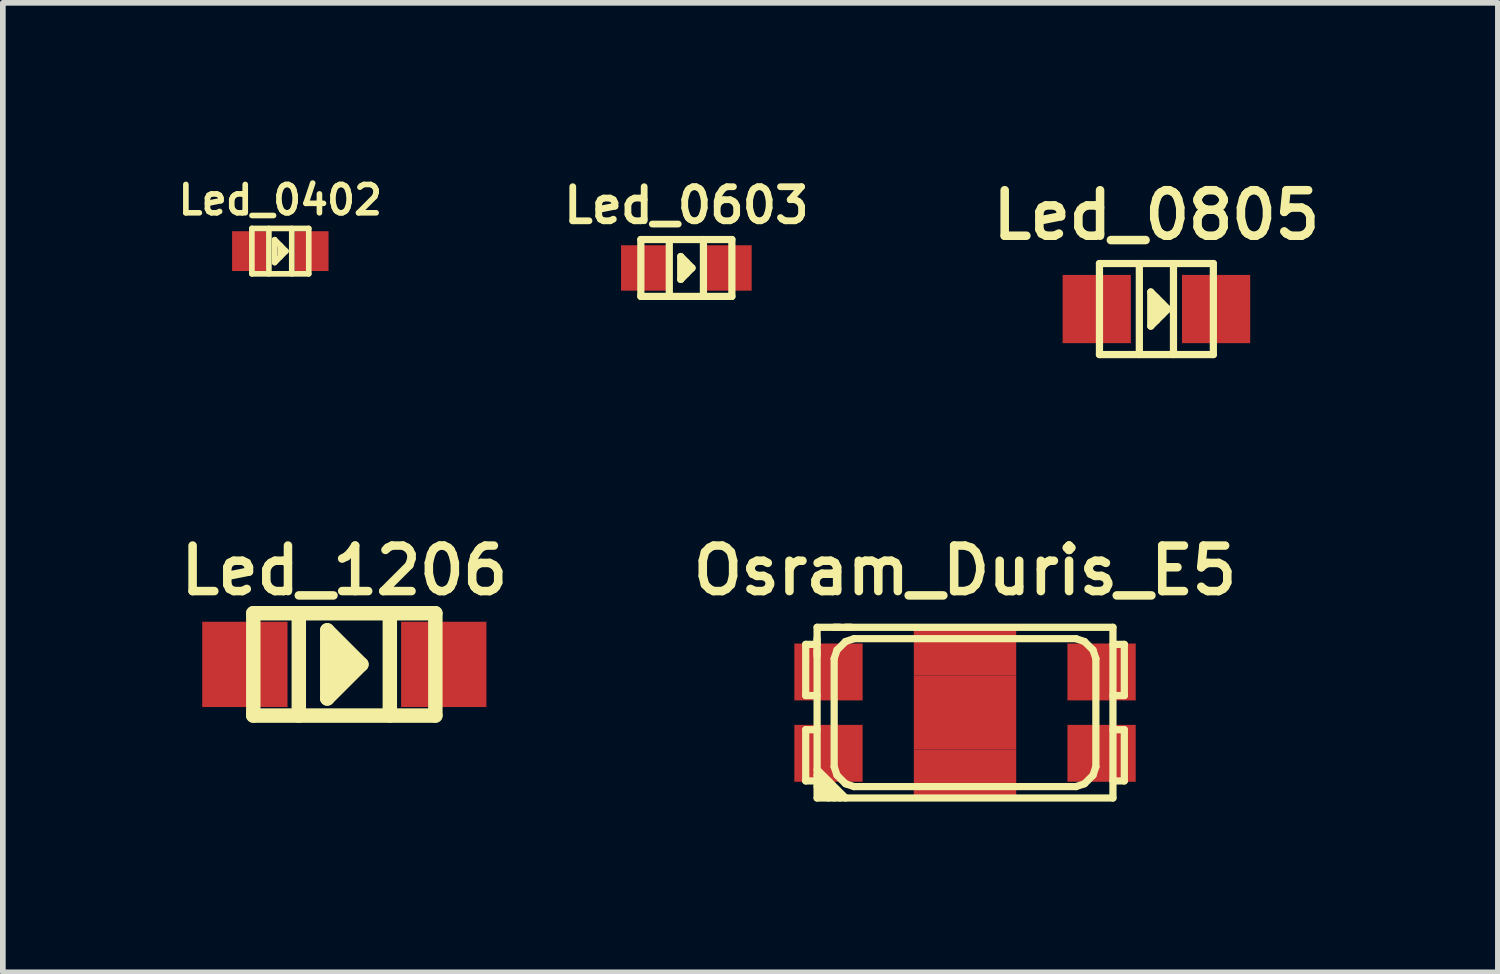
<source format=kicad_pcb>
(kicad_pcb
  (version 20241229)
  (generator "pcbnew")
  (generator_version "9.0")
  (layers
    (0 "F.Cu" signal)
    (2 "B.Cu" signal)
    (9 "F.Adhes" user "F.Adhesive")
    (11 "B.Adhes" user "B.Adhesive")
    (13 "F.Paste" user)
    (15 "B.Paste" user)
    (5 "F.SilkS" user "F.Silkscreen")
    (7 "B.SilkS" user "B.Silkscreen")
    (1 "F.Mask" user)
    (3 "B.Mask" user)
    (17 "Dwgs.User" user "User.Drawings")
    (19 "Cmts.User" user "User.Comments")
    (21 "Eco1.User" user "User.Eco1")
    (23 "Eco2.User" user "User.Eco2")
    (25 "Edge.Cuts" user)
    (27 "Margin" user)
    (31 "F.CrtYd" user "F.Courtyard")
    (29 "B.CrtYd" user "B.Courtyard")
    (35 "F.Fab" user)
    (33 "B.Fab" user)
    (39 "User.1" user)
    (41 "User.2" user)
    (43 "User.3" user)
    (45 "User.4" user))
  (footprint "Led_0603"
    (layer "F.Cu")
    (at 9.014 1.66)
    (property "Reference" "Led_0603" (at 0 -1.1 0) (layer "F.SilkS") (effects (font (size 0.599 0.599) (thickness 0.119))))
    (attr through_hole)
    (fp_line (start -0.8 -0.5) (end 0.8 -0.5) (stroke (width 0.127) (type solid)) (layer "F.SilkS"))
    (fp_line (start -0.8 0.5) (end -0.8 -0.5) (stroke (width 0.127) (type solid)) (layer "F.SilkS"))
    (fp_line (start -0.3 -0.5) (end -0.3 0.5) (stroke (width 0.127) (type solid)) (layer "F.SilkS"))
    (fp_line (start -0.099 -0.201) (end -0.099 0.201) (stroke (width 0.127) (type solid)) (layer "F.SilkS"))
    (fp_line (start -0.099 0.201) (end 0.099 0) (stroke (width 0.127) (type solid)) (layer "F.SilkS"))
    (fp_line (start 0 0.099) (end 0 -0.099) (stroke (width 0.127) (type solid)) (layer "F.SilkS"))
    (fp_line (start 0.099 0) (end -0.099 -0.201) (stroke (width 0.127) (type solid)) (layer "F.SilkS"))
    (fp_line (start 0.3 0.5) (end 0.3 -0.5) (stroke (width 0.127) (type solid)) (layer "F.SilkS"))
    (fp_line (start 0.8 -0.5) (end 0.8 0.5) (stroke (width 0.127) (type solid)) (layer "F.SilkS"))
    (fp_line (start 0.8 0.5) (end -0.8 0.5) (stroke (width 0.127) (type solid)) (layer "F.SilkS"))
    (pad "1" smd rect (at 0.749 0) (size 0.798 0.798) (layers "F.Cu" "F.Mask" "F.Paste"))
    (pad "2" smd rect (at -0.749 0) (size 0.798 0.798) (layers "F.Cu" "F.Mask" "F.Paste")))
  (footprint "Led_0402"
    (layer "F.Cu")
    (at 1.877 1.364)
    (property "Reference" "Led_0402" (at 0 -0.899 0) (layer "F.SilkS") (effects (font (size 0.498 0.498) (thickness 0.099))))
    (attr through_hole)
    (fp_line (start -0.5 -0.399) (end 0.5 -0.399) (stroke (width 0.099) (type solid)) (layer "F.SilkS"))
    (fp_line (start -0.5 0.399) (end -0.5 -0.399) (stroke (width 0.099) (type solid)) (layer "F.SilkS"))
    (fp_line (start -0.201 0.399) (end -0.201 -0.399) (stroke (width 0.099) (type solid)) (layer "F.SilkS"))
    (fp_line (start -0.099 -0.201) (end -0.099 0.201) (stroke (width 0.099) (type solid)) (layer "F.SilkS"))
    (fp_line (start -0.099 0.201) (end 0.099 0) (stroke (width 0.099) (type solid)) (layer "F.SilkS"))
    (fp_line (start 0 0.099) (end 0 -0.099) (stroke (width 0.099) (type solid)) (layer "F.SilkS"))
    (fp_line (start 0.099 0) (end -0.099 -0.201) (stroke (width 0.099) (type solid)) (layer "F.SilkS"))
    (fp_line (start 0.201 -0.399) (end 0.201 0.399) (stroke (width 0.099) (type solid)) (layer "F.SilkS"))
    (fp_line (start 0.5 -0.399) (end 0.5 0.399) (stroke (width 0.099) (type solid)) (layer "F.SilkS"))
    (fp_line (start 0.5 0.399) (end -0.5 0.399) (stroke (width 0.099) (type solid)) (layer "F.SilkS"))
    (pad "1" smd rect (at -0.549 0) (size 0.597 0.699) (layers "F.Cu" "F.Mask" "F.Paste"))
    (pad "2" smd rect (at 0.549 0) (size 0.597 0.699) (layers "F.Cu" "F.Mask" "F.Paste")))
  (footprint "Osram_Duris_E5"
    (layer "F.Cu")
    (at 13.912 9.476)
    (property "Reference" "Osram_Duris_E5" (at 0 -2.499 0) (layer "F.SilkS") (effects (font (size 0.8 0.8) (thickness 0.15))))
    (attr through_hole)
    (fp_line (start -2.8 -1.2) (end -2.8 -0.3) (stroke (width 0.127) (type solid)) (layer "F.SilkS"))
    (fp_line (start -2.8 -0.3) (end -2.6 -0.3) (stroke (width 0.127) (type solid)) (layer "F.SilkS"))
    (fp_line (start -2.8 0.3) (end -2.8 1.2) (stroke (width 0.127) (type solid)) (layer "F.SilkS"))
    (fp_line (start -2.8 1.2) (end -2.6 1.2) (stroke (width 0.127) (type solid)) (layer "F.SilkS"))
    (fp_line (start -2.601 -1.199) (end -2.601 -1.3) (stroke (width 0.127) (type solid)) (layer "F.SilkS"))
    (fp_line (start -2.601 -1.001) (end -2.601 -1.1) (stroke (width 0.127) (type solid)) (layer "F.SilkS"))
    (fp_line (start -2.6 -1.5) (end -2.6 1.5) (stroke (width 0.127) (type solid)) (layer "F.SilkS"))
    (fp_line (start -2.6 -1.2) (end -2.8 -1.2) (stroke (width 0.127) (type solid)) (layer "F.SilkS"))
    (fp_line (start -2.6 0.3) (end -2.8 0.3) (stroke (width 0.127) (type solid)) (layer "F.SilkS"))
    (fp_line (start -2.6 1.1) (end -2.2 1.5) (stroke (width 0.127) (type solid)) (layer "F.SilkS"))
    (fp_line (start -2.6 1.3) (end -2.4 1.5) (stroke (width 0.127) (type solid)) (layer "F.SilkS"))
    (fp_line (start -2.6 1.5) (end 2.6 1.5) (stroke (width 0.127) (type solid)) (layer "F.SilkS"))
    (fp_line (start -2.3 -0.95) (end -2.3 0.95) (stroke (width 0.127) (type solid)) (layer "F.SilkS"))
    (fp_line (start -2.3 0.95) (end -2.25 1.1) (stroke (width 0.127) (type solid)) (layer "F.SilkS"))
    (fp_line (start -2.3 1.5) (end -2.6 1.2) (stroke (width 0.127) (type solid)) (layer "F.SilkS"))
    (fp_line (start -2.25 -1.1) (end -2.3 -0.95) (stroke (width 0.127) (type solid)) (layer "F.SilkS"))
    (fp_line (start -2.25 1.1) (end -2.1 1.25) (stroke (width 0.127) (type solid)) (layer "F.SilkS"))
    (fp_line (start -2.2 -1.501) (end -2.301 -1.501) (stroke (width 0.127) (type solid)) (layer "F.SilkS"))
    (fp_line (start -2.1 -1.25) (end -2.25 -1.1) (stroke (width 0.127) (type solid)) (layer "F.SilkS"))
    (fp_line (start -2.1 1.5) (end -2.6 1) (stroke (width 0.127) (type solid)) (layer "F.SilkS"))
    (fp_line (start -1.999 -1.501) (end -2.101 -1.501) (stroke (width 0.127) (type solid)) (layer "F.SilkS"))
    (fp_line (start -1.95 -1.3) (end -2.1 -1.25) (stroke (width 0.127) (type solid)) (layer "F.SilkS"))
    (fp_line (start -1.95 1.3) (end -2.1 1.25) (stroke (width 0.127) (type solid)) (layer "F.SilkS"))
    (fp_line (start -1.95 1.3) (end 1.95 1.3) (stroke (width 0.127) (type solid)) (layer "F.SilkS"))
    (fp_line (start 1.95 -1.3) (end -1.95 -1.3) (stroke (width 0.127) (type solid)) (layer "F.SilkS"))
    (fp_line (start 1.95 1.3) (end 2.1 1.25) (stroke (width 0.127) (type solid)) (layer "F.SilkS"))
    (fp_line (start 2.1 -1.25) (end 1.95 -1.3) (stroke (width 0.127) (type solid)) (layer "F.SilkS"))
    (fp_line (start 2.25 -1.1) (end 2.1 -1.25) (stroke (width 0.127) (type solid)) (layer "F.SilkS"))
    (fp_line (start 2.25 1.1) (end 2.1 1.25) (stroke (width 0.127) (type solid)) (layer "F.SilkS"))
    (fp_line (start 2.3 -0.95) (end 2.25 -1.1) (stroke (width 0.127) (type solid)) (layer "F.SilkS"))
    (fp_line (start 2.3 0.95) (end 2.25 1.1) (stroke (width 0.127) (type solid)) (layer "F.SilkS"))
    (fp_line (start 2.3 0.95) (end 2.3 -0.95) (stroke (width 0.127) (type solid)) (layer "F.SilkS"))
    (fp_line (start 2.6 -1.5) (end -2.6 -1.5) (stroke (width 0.127) (type solid)) (layer "F.SilkS"))
    (fp_line (start 2.6 -0.3) (end 2.8 -0.3) (stroke (width 0.127) (type solid)) (layer "F.SilkS"))
    (fp_line (start 2.6 1.2) (end 2.8 1.2) (stroke (width 0.127) (type solid)) (layer "F.SilkS"))
    (fp_line (start 2.6 1.5) (end 2.6 -1.5) (stroke (width 0.127) (type solid)) (layer "F.SilkS"))
    (fp_line (start 2.8 -1.2) (end 2.6 -1.2) (stroke (width 0.127) (type solid)) (layer "F.SilkS"))
    (fp_line (start 2.8 -0.3) (end 2.8 -1.2) (stroke (width 0.127) (type solid)) (layer "F.SilkS"))
    (fp_line (start 2.8 0.3) (end 2.6 0.3) (stroke (width 0.127) (type solid)) (layer "F.SilkS"))
    (fp_line (start 2.8 1.2) (end 2.8 0.3) (stroke (width 0.127) (type solid)) (layer "F.SilkS"))
    (pad "1" smd rect (at -2.4 -0.715) (size 1.2 1) (layers "F.Cu" "F.Mask" "F.Paste"))
    (pad "2" smd rect (at 2.4 -0.715) (size 1.2 1) (layers "F.Cu" "F.Mask" "F.Paste"))
    (pad "3" smd rect (at -2.4 0.715) (size 1.2 1) (layers "F.Cu" "F.Mask" "F.Paste"))
    (pad "4" smd rect (at 2.4 0.715) (size 1.2 1) (layers "F.Cu" "F.Mask" "F.Paste"))
    (pad "5" smd rect (at 0 -1.075) (size 1.8 0.85) (layers "F.Cu"))
    (pad "5" smd rect (at 0 0) (size 1.8 1.3) (layers "F.Cu" "F.Mask" "F.Paste"))
    (pad "5" smd rect (at 0 1.075) (size 1.8 0.85) (layers "F.Cu")))
  (footprint "Led_1206"
    (layer "F.Cu")
    (at 3.002 8.628)
    (property "Reference" "Led_1206" (at 0 -1.651 0) (layer "F.SilkS") (effects (font (size 0.8 0.8) (thickness 0.15))))
    (attr through_hole)
    (fp_line (start -1.6 -0.899) (end 1.6 -0.899) (stroke (width 0.254) (type solid)) (layer "F.SilkS"))
    (fp_line (start -1.6 0.899) (end -1.6 -0.899) (stroke (width 0.254) (type solid)) (layer "F.SilkS"))
    (fp_line (start -0.8 -0.899) (end -0.8 0.899) (stroke (width 0.254) (type solid)) (layer "F.SilkS"))
    (fp_line (start -0.3 -0.599) (end -0.3 0.599) (stroke (width 0.254) (type solid)) (layer "F.SilkS"))
    (fp_line (start -0.3 0.599) (end 0.3 0) (stroke (width 0.254) (type solid)) (layer "F.SilkS"))
    (fp_line (start -0.099 0.3) (end -0.099 -0.3) (stroke (width 0.254) (type solid)) (layer "F.SilkS"))
    (fp_line (start 0 -0.201) (end 0 0.099) (stroke (width 0.254) (type solid)) (layer "F.SilkS"))
    (fp_line (start 0.3 0) (end -0.3 -0.599) (stroke (width 0.254) (type solid)) (layer "F.SilkS"))
    (fp_line (start 0.8 0.899) (end 0.8 -0.899) (stroke (width 0.254) (type solid)) (layer "F.SilkS"))
    (fp_line (start 1.6 -0.899) (end 1.6 0.899) (stroke (width 0.254) (type solid)) (layer "F.SilkS"))
    (fp_line (start 1.6 0.899) (end -1.6 0.899) (stroke (width 0.254) (type solid)) (layer "F.SilkS"))
    (pad "1" smd rect (at -1.748 0) (size 1.499 1.499) (layers "F.Cu" "F.Mask" "F.Paste"))
    (pad "2" smd rect (at 1.748 0) (size 1.499 1.499) (layers "F.Cu" "F.Mask" "F.Paste")))
  (footprint "Led_0805"
    (layer "F.Cu")
    (at 17.276 2.382)
    (property "Reference" "Led_0805" (at 0 -1.651 0) (layer "F.SilkS") (effects (font (size 0.8 0.8) (thickness 0.15))))
    (attr through_hole)
    (fp_line (start -1.001 -0.8) (end 1.001 -0.8) (stroke (width 0.127) (type solid)) (layer "F.SilkS"))
    (fp_line (start -1.001 0.8) (end -1.001 -0.8) (stroke (width 0.127) (type solid)) (layer "F.SilkS"))
    (fp_line (start -0.3 -0.8) (end -0.3 0.8) (stroke (width 0.127) (type solid)) (layer "F.SilkS"))
    (fp_line (start -0.099 -0.3) (end -0.099 0.3) (stroke (width 0.127) (type solid)) (layer "F.SilkS"))
    (fp_line (start -0.099 0.3) (end 0.201 0) (stroke (width 0.127) (type solid)) (layer "F.SilkS"))
    (fp_line (start 0 -0.201) (end 0 0.201) (stroke (width 0.127) (type solid)) (layer "F.SilkS"))
    (fp_line (start 0.099 0.099) (end 0.099 -0.099) (stroke (width 0.127) (type solid)) (layer "F.SilkS"))
    (fp_line (start 0.201 0) (end -0.099 -0.3) (stroke (width 0.127) (type solid)) (layer "F.SilkS"))
    (fp_line (start 0.3 0.8) (end 0.3 -0.8) (stroke (width 0.127) (type solid)) (layer "F.SilkS"))
    (fp_line (start 1.001 -0.8) (end 1.001 0.8) (stroke (width 0.127) (type solid)) (layer "F.SilkS"))
    (fp_line (start 1.001 0.8) (end -1.001 0.8) (stroke (width 0.127) (type solid)) (layer "F.SilkS"))
    (pad "1" smd rect (at -1.049 0) (size 1.199 1.199) (layers "F.Cu" "F.Mask" "F.Paste"))
    (pad "2" smd rect (at 1.049 0) (size 1.199 1.199) (layers "F.Cu" "F.Mask" "F.Paste")))
  (gr_rect
    (start -3 -3)
    (end 23.278 14.04)
    (stroke (width 0.1) (type default))
    (fill no)
    (layer "Edge.Cuts")))
</source>
